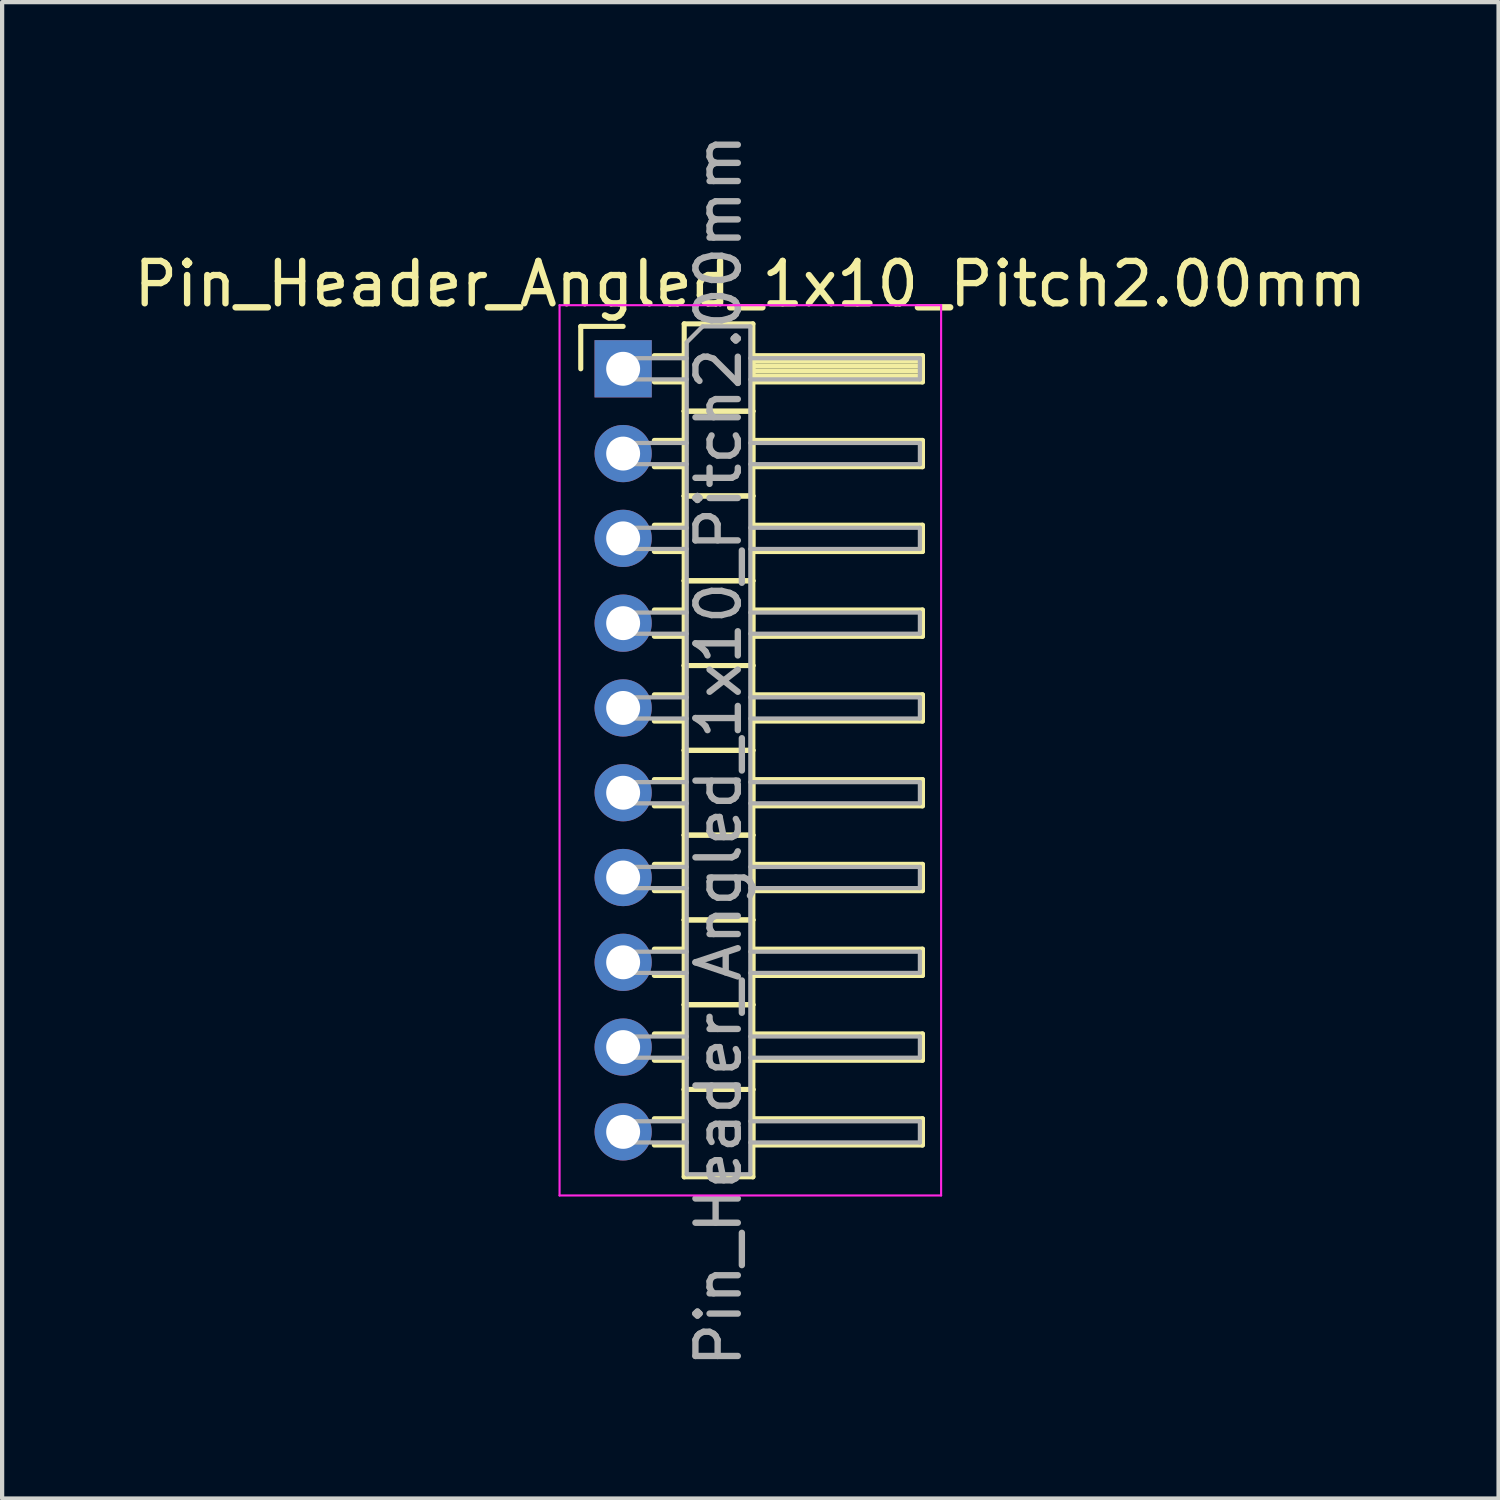
<source format=kicad_pcb>
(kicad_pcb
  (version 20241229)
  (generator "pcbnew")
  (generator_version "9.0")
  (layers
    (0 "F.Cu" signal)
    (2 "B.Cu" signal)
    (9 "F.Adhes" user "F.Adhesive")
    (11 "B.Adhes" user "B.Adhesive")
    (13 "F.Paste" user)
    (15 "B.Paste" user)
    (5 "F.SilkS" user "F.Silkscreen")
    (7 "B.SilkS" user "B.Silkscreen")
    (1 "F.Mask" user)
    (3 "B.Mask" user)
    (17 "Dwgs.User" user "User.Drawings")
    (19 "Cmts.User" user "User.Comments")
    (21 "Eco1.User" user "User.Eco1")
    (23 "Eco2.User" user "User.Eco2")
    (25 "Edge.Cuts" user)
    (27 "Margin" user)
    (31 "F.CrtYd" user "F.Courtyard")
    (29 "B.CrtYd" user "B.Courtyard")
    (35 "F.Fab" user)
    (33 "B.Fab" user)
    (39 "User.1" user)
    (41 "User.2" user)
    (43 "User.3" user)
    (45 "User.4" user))
  (footprint "Pin_Header_Angled_1x10_Pitch2.00mm"
    (layer "F.Cu")
    (at 11.649 5.649)
    (property "Reference" "Pin_Header_Angled_1x10_Pitch2.00mm" (at 3 -2 0) (layer "F.SilkS") (effects (font (size 1 1) (thickness 0.15))))
    (attr through_hole)
    (fp_line (start -1 -1) (end 0 -1) (stroke (width 0.12) (type solid)) (layer "F.SilkS"))
    (fp_line (start -1 0) (end -1 -1) (stroke (width 0.12) (type solid)) (layer "F.SilkS"))
    (fp_line (start 0.735 -0.31) (end 1.44 -0.31) (stroke (width 0.12) (type solid)) (layer "F.SilkS"))
    (fp_line (start 0.735 0.31) (end 1.44 0.31) (stroke (width 0.12) (type solid)) (layer "F.SilkS"))
    (fp_line (start 0.735 1.69) (end 1.44 1.69) (stroke (width 0.12) (type solid)) (layer "F.SilkS"))
    (fp_line (start 0.735 2.31) (end 1.44 2.31) (stroke (width 0.12) (type solid)) (layer "F.SilkS"))
    (fp_line (start 0.735 3.69) (end 1.44 3.69) (stroke (width 0.12) (type solid)) (layer "F.SilkS"))
    (fp_line (start 0.735 4.31) (end 1.44 4.31) (stroke (width 0.12) (type solid)) (layer "F.SilkS"))
    (fp_line (start 0.735 5.69) (end 1.44 5.69) (stroke (width 0.12) (type solid)) (layer "F.SilkS"))
    (fp_line (start 0.735 6.31) (end 1.44 6.31) (stroke (width 0.12) (type solid)) (layer "F.SilkS"))
    (fp_line (start 0.735 7.69) (end 1.44 7.69) (stroke (width 0.12) (type solid)) (layer "F.SilkS"))
    (fp_line (start 0.735 8.31) (end 1.44 8.31) (stroke (width 0.12) (type solid)) (layer "F.SilkS"))
    (fp_line (start 0.735 9.69) (end 1.44 9.69) (stroke (width 0.12) (type solid)) (layer "F.SilkS"))
    (fp_line (start 0.735 10.31) (end 1.44 10.31) (stroke (width 0.12) (type solid)) (layer "F.SilkS"))
    (fp_line (start 0.735 11.69) (end 1.44 11.69) (stroke (width 0.12) (type solid)) (layer "F.SilkS"))
    (fp_line (start 0.735 12.31) (end 1.44 12.31) (stroke (width 0.12) (type solid)) (layer "F.SilkS"))
    (fp_line (start 0.735 13.69) (end 1.44 13.69) (stroke (width 0.12) (type solid)) (layer "F.SilkS"))
    (fp_line (start 0.735 14.31) (end 1.44 14.31) (stroke (width 0.12) (type solid)) (layer "F.SilkS"))
    (fp_line (start 0.735 15.69) (end 1.44 15.69) (stroke (width 0.12) (type solid)) (layer "F.SilkS"))
    (fp_line (start 0.735 16.31) (end 1.44 16.31) (stroke (width 0.12) (type solid)) (layer "F.SilkS"))
    (fp_line (start 0.735 17.69) (end 1.44 17.69) (stroke (width 0.12) (type solid)) (layer "F.SilkS"))
    (fp_line (start 0.735 18.31) (end 1.44 18.31) (stroke (width 0.12) (type solid)) (layer "F.SilkS"))
    (fp_line (start 1.44 -1.06) (end 1.44 1) (stroke (width 0.12) (type solid)) (layer "F.SilkS"))
    (fp_line (start 1.44 1) (end 1.44 3) (stroke (width 0.12) (type solid)) (layer "F.SilkS"))
    (fp_line (start 1.44 1) (end 3.06 1) (stroke (width 0.12) (type solid)) (layer "F.SilkS"))
    (fp_line (start 1.44 3) (end 1.44 5) (stroke (width 0.12) (type solid)) (layer "F.SilkS"))
    (fp_line (start 1.44 3) (end 3.06 3) (stroke (width 0.12) (type solid)) (layer "F.SilkS"))
    (fp_line (start 1.44 5) (end 1.44 7) (stroke (width 0.12) (type solid)) (layer "F.SilkS"))
    (fp_line (start 1.44 5) (end 3.06 5) (stroke (width 0.12) (type solid)) (layer "F.SilkS"))
    (fp_line (start 1.44 7) (end 1.44 9) (stroke (width 0.12) (type solid)) (layer "F.SilkS"))
    (fp_line (start 1.44 7) (end 3.06 7) (stroke (width 0.12) (type solid)) (layer "F.SilkS"))
    (fp_line (start 1.44 9) (end 1.44 11) (stroke (width 0.12) (type solid)) (layer "F.SilkS"))
    (fp_line (start 1.44 9) (end 3.06 9) (stroke (width 0.12) (type solid)) (layer "F.SilkS"))
    (fp_line (start 1.44 11) (end 1.44 13) (stroke (width 0.12) (type solid)) (layer "F.SilkS"))
    (fp_line (start 1.44 11) (end 3.06 11) (stroke (width 0.12) (type solid)) (layer "F.SilkS"))
    (fp_line (start 1.44 13) (end 1.44 15) (stroke (width 0.12) (type solid)) (layer "F.SilkS"))
    (fp_line (start 1.44 13) (end 3.06 13) (stroke (width 0.12) (type solid)) (layer "F.SilkS"))
    (fp_line (start 1.44 15) (end 1.44 17) (stroke (width 0.12) (type solid)) (layer "F.SilkS"))
    (fp_line (start 1.44 15) (end 3.06 15) (stroke (width 0.12) (type solid)) (layer "F.SilkS"))
    (fp_line (start 1.44 17) (end 1.44 19.06) (stroke (width 0.12) (type solid)) (layer "F.SilkS"))
    (fp_line (start 1.44 17) (end 3.06 17) (stroke (width 0.12) (type solid)) (layer "F.SilkS"))
    (fp_line (start 1.44 19.06) (end 3.06 19.06) (stroke (width 0.12) (type solid)) (layer "F.SilkS"))
    (fp_line (start 3.06 -1.06) (end 1.44 -1.06) (stroke (width 0.12) (type solid)) (layer "F.SilkS"))
    (fp_line (start 3.06 -0.31) (end 3.06 0.31) (stroke (width 0.12) (type solid)) (layer "F.SilkS"))
    (fp_line (start 3.06 -0.19) (end 7.06 -0.19) (stroke (width 0.12) (type solid)) (layer "F.SilkS"))
    (fp_line (start 3.06 -0.07) (end 7.06 -0.07) (stroke (width 0.12) (type solid)) (layer "F.SilkS"))
    (fp_line (start 3.06 0.05) (end 7.06 0.05) (stroke (width 0.12) (type solid)) (layer "F.SilkS"))
    (fp_line (start 3.06 0.17) (end 7.06 0.17) (stroke (width 0.12) (type solid)) (layer "F.SilkS"))
    (fp_line (start 3.06 0.29) (end 7.06 0.29) (stroke (width 0.12) (type solid)) (layer "F.SilkS"))
    (fp_line (start 3.06 0.31) (end 7.06 0.31) (stroke (width 0.12) (type solid)) (layer "F.SilkS"))
    (fp_line (start 3.06 1) (end 1.44 1) (stroke (width 0.12) (type solid)) (layer "F.SilkS"))
    (fp_line (start 3.06 1) (end 3.06 -1.06) (stroke (width 0.12) (type solid)) (layer "F.SilkS"))
    (fp_line (start 3.06 1.69) (end 3.06 2.31) (stroke (width 0.12) (type solid)) (layer "F.SilkS"))
    (fp_line (start 3.06 2.31) (end 7.06 2.31) (stroke (width 0.12) (type solid)) (layer "F.SilkS"))
    (fp_line (start 3.06 3) (end 1.44 3) (stroke (width 0.12) (type solid)) (layer "F.SilkS"))
    (fp_line (start 3.06 3) (end 3.06 1) (stroke (width 0.12) (type solid)) (layer "F.SilkS"))
    (fp_line (start 3.06 3.69) (end 3.06 4.31) (stroke (width 0.12) (type solid)) (layer "F.SilkS"))
    (fp_line (start 3.06 4.31) (end 7.06 4.31) (stroke (width 0.12) (type solid)) (layer "F.SilkS"))
    (fp_line (start 3.06 5) (end 1.44 5) (stroke (width 0.12) (type solid)) (layer "F.SilkS"))
    (fp_line (start 3.06 5) (end 3.06 3) (stroke (width 0.12) (type solid)) (layer "F.SilkS"))
    (fp_line (start 3.06 5.69) (end 3.06 6.31) (stroke (width 0.12) (type solid)) (layer "F.SilkS"))
    (fp_line (start 3.06 6.31) (end 7.06 6.31) (stroke (width 0.12) (type solid)) (layer "F.SilkS"))
    (fp_line (start 3.06 7) (end 1.44 7) (stroke (width 0.12) (type solid)) (layer "F.SilkS"))
    (fp_line (start 3.06 7) (end 3.06 5) (stroke (width 0.12) (type solid)) (layer "F.SilkS"))
    (fp_line (start 3.06 7.69) (end 3.06 8.31) (stroke (width 0.12) (type solid)) (layer "F.SilkS"))
    (fp_line (start 3.06 8.31) (end 7.06 8.31) (stroke (width 0.12) (type solid)) (layer "F.SilkS"))
    (fp_line (start 3.06 9) (end 1.44 9) (stroke (width 0.12) (type solid)) (layer "F.SilkS"))
    (fp_line (start 3.06 9) (end 3.06 7) (stroke (width 0.12) (type solid)) (layer "F.SilkS"))
    (fp_line (start 3.06 9.69) (end 3.06 10.31) (stroke (width 0.12) (type solid)) (layer "F.SilkS"))
    (fp_line (start 3.06 10.31) (end 7.06 10.31) (stroke (width 0.12) (type solid)) (layer "F.SilkS"))
    (fp_line (start 3.06 11) (end 1.44 11) (stroke (width 0.12) (type solid)) (layer "F.SilkS"))
    (fp_line (start 3.06 11) (end 3.06 9) (stroke (width 0.12) (type solid)) (layer "F.SilkS"))
    (fp_line (start 3.06 11.69) (end 3.06 12.31) (stroke (width 0.12) (type solid)) (layer "F.SilkS"))
    (fp_line (start 3.06 12.31) (end 7.06 12.31) (stroke (width 0.12) (type solid)) (layer "F.SilkS"))
    (fp_line (start 3.06 13) (end 1.44 13) (stroke (width 0.12) (type solid)) (layer "F.SilkS"))
    (fp_line (start 3.06 13) (end 3.06 11) (stroke (width 0.12) (type solid)) (layer "F.SilkS"))
    (fp_line (start 3.06 13.69) (end 3.06 14.31) (stroke (width 0.12) (type solid)) (layer "F.SilkS"))
    (fp_line (start 3.06 14.31) (end 7.06 14.31) (stroke (width 0.12) (type solid)) (layer "F.SilkS"))
    (fp_line (start 3.06 15) (end 1.44 15) (stroke (width 0.12) (type solid)) (layer "F.SilkS"))
    (fp_line (start 3.06 15) (end 3.06 13) (stroke (width 0.12) (type solid)) (layer "F.SilkS"))
    (fp_line (start 3.06 15.69) (end 3.06 16.31) (stroke (width 0.12) (type solid)) (layer "F.SilkS"))
    (fp_line (start 3.06 16.31) (end 7.06 16.31) (stroke (width 0.12) (type solid)) (layer "F.SilkS"))
    (fp_line (start 3.06 17) (end 1.44 17) (stroke (width 0.12) (type solid)) (layer "F.SilkS"))
    (fp_line (start 3.06 17) (end 3.06 15) (stroke (width 0.12) (type solid)) (layer "F.SilkS"))
    (fp_line (start 3.06 17.69) (end 3.06 18.31) (stroke (width 0.12) (type solid)) (layer "F.SilkS"))
    (fp_line (start 3.06 18.31) (end 7.06 18.31) (stroke (width 0.12) (type solid)) (layer "F.SilkS"))
    (fp_line (start 3.06 19.06) (end 3.06 17) (stroke (width 0.12) (type solid)) (layer "F.SilkS"))
    (fp_line (start 7.06 -0.31) (end 3.06 -0.31) (stroke (width 0.12) (type solid)) (layer "F.SilkS"))
    (fp_line (start 7.06 0.31) (end 7.06 -0.31) (stroke (width 0.12) (type solid)) (layer "F.SilkS"))
    (fp_line (start 7.06 1.69) (end 3.06 1.69) (stroke (width 0.12) (type solid)) (layer "F.SilkS"))
    (fp_line (start 7.06 2.31) (end 7.06 1.69) (stroke (width 0.12) (type solid)) (layer "F.SilkS"))
    (fp_line (start 7.06 3.69) (end 3.06 3.69) (stroke (width 0.12) (type solid)) (layer "F.SilkS"))
    (fp_line (start 7.06 4.31) (end 7.06 3.69) (stroke (width 0.12) (type solid)) (layer "F.SilkS"))
    (fp_line (start 7.06 5.69) (end 3.06 5.69) (stroke (width 0.12) (type solid)) (layer "F.SilkS"))
    (fp_line (start 7.06 6.31) (end 7.06 5.69) (stroke (width 0.12) (type solid)) (layer "F.SilkS"))
    (fp_line (start 7.06 7.69) (end 3.06 7.69) (stroke (width 0.12) (type solid)) (layer "F.SilkS"))
    (fp_line (start 7.06 8.31) (end 7.06 7.69) (stroke (width 0.12) (type solid)) (layer "F.SilkS"))
    (fp_line (start 7.06 9.69) (end 3.06 9.69) (stroke (width 0.12) (type solid)) (layer "F.SilkS"))
    (fp_line (start 7.06 10.31) (end 7.06 9.69) (stroke (width 0.12) (type solid)) (layer "F.SilkS"))
    (fp_line (start 7.06 11.69) (end 3.06 11.69) (stroke (width 0.12) (type solid)) (layer "F.SilkS"))
    (fp_line (start 7.06 12.31) (end 7.06 11.69) (stroke (width 0.12) (type solid)) (layer "F.SilkS"))
    (fp_line (start 7.06 13.69) (end 3.06 13.69) (stroke (width 0.12) (type solid)) (layer "F.SilkS"))
    (fp_line (start 7.06 14.31) (end 7.06 13.69) (stroke (width 0.12) (type solid)) (layer "F.SilkS"))
    (fp_line (start 7.06 15.69) (end 3.06 15.69) (stroke (width 0.12) (type solid)) (layer "F.SilkS"))
    (fp_line (start 7.06 16.31) (end 7.06 15.69) (stroke (width 0.12) (type solid)) (layer "F.SilkS"))
    (fp_line (start 7.06 17.69) (end 3.06 17.69) (stroke (width 0.12) (type solid)) (layer "F.SilkS"))
    (fp_line (start 7.06 18.31) (end 7.06 17.69) (stroke (width 0.12) (type solid)) (layer "F.SilkS"))
    (fp_line (start -1.5 -1.5) (end -1.5 19.5) (stroke (width 0.05) (type solid)) (layer "F.CrtYd"))
    (fp_line (start -1.5 19.5) (end 7.5 19.5) (stroke (width 0.05) (type solid)) (layer "F.CrtYd"))
    (fp_line (start 7.5 -1.5) (end -1.5 -1.5) (stroke (width 0.05) (type solid)) (layer "F.CrtYd"))
    (fp_line (start 7.5 19.5) (end 7.5 -1.5) (stroke (width 0.05) (type solid)) (layer "F.CrtYd"))
    (fp_line (start -0.25 -0.25) (end -0.25 0.25) (stroke (width 0.1) (type solid)) (layer "F.Fab"))
    (fp_line (start -0.25 -0.25) (end 1.5 -0.25) (stroke (width 0.1) (type solid)) (layer "F.Fab"))
    (fp_line (start -0.25 0.25) (end 1.5 0.25) (stroke (width 0.1) (type solid)) (layer "F.Fab"))
    (fp_line (start -0.25 1.75) (end -0.25 2.25) (stroke (width 0.1) (type solid)) (layer "F.Fab"))
    (fp_line (start -0.25 1.75) (end 1.5 1.75) (stroke (width 0.1) (type solid)) (layer "F.Fab"))
    (fp_line (start -0.25 2.25) (end 1.5 2.25) (stroke (width 0.1) (type solid)) (layer "F.Fab"))
    (fp_line (start -0.25 3.75) (end -0.25 4.25) (stroke (width 0.1) (type solid)) (layer "F.Fab"))
    (fp_line (start -0.25 3.75) (end 1.5 3.75) (stroke (width 0.1) (type solid)) (layer "F.Fab"))
    (fp_line (start -0.25 4.25) (end 1.5 4.25) (stroke (width 0.1) (type solid)) (layer "F.Fab"))
    (fp_line (start -0.25 5.75) (end -0.25 6.25) (stroke (width 0.1) (type solid)) (layer "F.Fab"))
    (fp_line (start -0.25 5.75) (end 1.5 5.75) (stroke (width 0.1) (type solid)) (layer "F.Fab"))
    (fp_line (start -0.25 6.25) (end 1.5 6.25) (stroke (width 0.1) (type solid)) (layer "F.Fab"))
    (fp_line (start -0.25 7.75) (end -0.25 8.25) (stroke (width 0.1) (type solid)) (layer "F.Fab"))
    (fp_line (start -0.25 7.75) (end 1.5 7.75) (stroke (width 0.1) (type solid)) (layer "F.Fab"))
    (fp_line (start -0.25 8.25) (end 1.5 8.25) (stroke (width 0.1) (type solid)) (layer "F.Fab"))
    (fp_line (start -0.25 9.75) (end -0.25 10.25) (stroke (width 0.1) (type solid)) (layer "F.Fab"))
    (fp_line (start -0.25 9.75) (end 1.5 9.75) (stroke (width 0.1) (type solid)) (layer "F.Fab"))
    (fp_line (start -0.25 10.25) (end 1.5 10.25) (stroke (width 0.1) (type solid)) (layer "F.Fab"))
    (fp_line (start -0.25 11.75) (end -0.25 12.25) (stroke (width 0.1) (type solid)) (layer "F.Fab"))
    (fp_line (start -0.25 11.75) (end 1.5 11.75) (stroke (width 0.1) (type solid)) (layer "F.Fab"))
    (fp_line (start -0.25 12.25) (end 1.5 12.25) (stroke (width 0.1) (type solid)) (layer "F.Fab"))
    (fp_line (start -0.25 13.75) (end -0.25 14.25) (stroke (width 0.1) (type solid)) (layer "F.Fab"))
    (fp_line (start -0.25 13.75) (end 1.5 13.75) (stroke (width 0.1) (type solid)) (layer "F.Fab"))
    (fp_line (start -0.25 14.25) (end 1.5 14.25) (stroke (width 0.1) (type solid)) (layer "F.Fab"))
    (fp_line (start -0.25 15.75) (end -0.25 16.25) (stroke (width 0.1) (type solid)) (layer "F.Fab"))
    (fp_line (start -0.25 15.75) (end 1.5 15.75) (stroke (width 0.1) (type solid)) (layer "F.Fab"))
    (fp_line (start -0.25 16.25) (end 1.5 16.25) (stroke (width 0.1) (type solid)) (layer "F.Fab"))
    (fp_line (start -0.25 17.75) (end -0.25 18.25) (stroke (width 0.1) (type solid)) (layer "F.Fab"))
    (fp_line (start -0.25 17.75) (end 1.5 17.75) (stroke (width 0.1) (type solid)) (layer "F.Fab"))
    (fp_line (start -0.25 18.25) (end 1.5 18.25) (stroke (width 0.1) (type solid)) (layer "F.Fab"))
    (fp_line (start 1.5 -0.625) (end 1.875 -1) (stroke (width 0.1) (type solid)) (layer "F.Fab"))
    (fp_line (start 1.5 19) (end 1.5 -0.625) (stroke (width 0.1) (type solid)) (layer "F.Fab"))
    (fp_line (start 1.875 -1) (end 3 -1) (stroke (width 0.1) (type solid)) (layer "F.Fab"))
    (fp_line (start 3 -1) (end 3 19) (stroke (width 0.1) (type solid)) (layer "F.Fab"))
    (fp_line (start 3 -0.25) (end 7 -0.25) (stroke (width 0.1) (type solid)) (layer "F.Fab"))
    (fp_line (start 3 0.25) (end 7 0.25) (stroke (width 0.1) (type solid)) (layer "F.Fab"))
    (fp_line (start 3 1.75) (end 7 1.75) (stroke (width 0.1) (type solid)) (layer "F.Fab"))
    (fp_line (start 3 2.25) (end 7 2.25) (stroke (width 0.1) (type solid)) (layer "F.Fab"))
    (fp_line (start 3 3.75) (end 7 3.75) (stroke (width 0.1) (type solid)) (layer "F.Fab"))
    (fp_line (start 3 4.25) (end 7 4.25) (stroke (width 0.1) (type solid)) (layer "F.Fab"))
    (fp_line (start 3 5.75) (end 7 5.75) (stroke (width 0.1) (type solid)) (layer "F.Fab"))
    (fp_line (start 3 6.25) (end 7 6.25) (stroke (width 0.1) (type solid)) (layer "F.Fab"))
    (fp_line (start 3 7.75) (end 7 7.75) (stroke (width 0.1) (type solid)) (layer "F.Fab"))
    (fp_line (start 3 8.25) (end 7 8.25) (stroke (width 0.1) (type solid)) (layer "F.Fab"))
    (fp_line (start 3 9.75) (end 7 9.75) (stroke (width 0.1) (type solid)) (layer "F.Fab"))
    (fp_line (start 3 10.25) (end 7 10.25) (stroke (width 0.1) (type solid)) (layer "F.Fab"))
    (fp_line (start 3 11.75) (end 7 11.75) (stroke (width 0.1) (type solid)) (layer "F.Fab"))
    (fp_line (start 3 12.25) (end 7 12.25) (stroke (width 0.1) (type solid)) (layer "F.Fab"))
    (fp_line (start 3 13.75) (end 7 13.75) (stroke (width 0.1) (type solid)) (layer "F.Fab"))
    (fp_line (start 3 14.25) (end 7 14.25) (stroke (width 0.1) (type solid)) (layer "F.Fab"))
    (fp_line (start 3 15.75) (end 7 15.75) (stroke (width 0.1) (type solid)) (layer "F.Fab"))
    (fp_line (start 3 16.25) (end 7 16.25) (stroke (width 0.1) (type solid)) (layer "F.Fab"))
    (fp_line (start 3 17.75) (end 7 17.75) (stroke (width 0.1) (type solid)) (layer "F.Fab"))
    (fp_line (start 3 18.25) (end 7 18.25) (stroke (width 0.1) (type solid)) (layer "F.Fab"))
    (fp_line (start 3 19) (end 1.5 19) (stroke (width 0.1) (type solid)) (layer "F.Fab"))
    (fp_line (start 7 -0.25) (end 7 0.25) (stroke (width 0.1) (type solid)) (layer "F.Fab"))
    (fp_line (start 7 1.75) (end 7 2.25) (stroke (width 0.1) (type solid)) (layer "F.Fab"))
    (fp_line (start 7 3.75) (end 7 4.25) (stroke (width 0.1) (type solid)) (layer "F.Fab"))
    (fp_line (start 7 5.75) (end 7 6.25) (stroke (width 0.1) (type solid)) (layer "F.Fab"))
    (fp_line (start 7 7.75) (end 7 8.25) (stroke (width 0.1) (type solid)) (layer "F.Fab"))
    (fp_line (start 7 9.75) (end 7 10.25) (stroke (width 0.1) (type solid)) (layer "F.Fab"))
    (fp_line (start 7 11.75) (end 7 12.25) (stroke (width 0.1) (type solid)) (layer "F.Fab"))
    (fp_line (start 7 13.75) (end 7 14.25) (stroke (width 0.1) (type solid)) (layer "F.Fab"))
    (fp_line (start 7 15.75) (end 7 16.25) (stroke (width 0.1) (type solid)) (layer "F.Fab"))
    (fp_line (start 7 17.75) (end 7 18.25) (stroke (width 0.1) (type solid)) (layer "F.Fab"))
    (fp_text user "${REFERENCE}" (at 2.25 9 90) (layer "F.Fab") (effects (font (size 1 1) (thickness 0.15))))
    (pad "1" thru_hole rect (at 0 0) (size 1.35 1.35) (drill 0.8) (layers "*.Cu" "*.Mask"))
    (pad "2" thru_hole oval (at 0 2) (size 1.35 1.35) (drill 0.8) (layers "*.Cu" "*.Mask"))
    (pad "3" thru_hole oval (at 0 4) (size 1.35 1.35) (drill 0.8) (layers "*.Cu" "*.Mask"))
    (pad "4" thru_hole oval (at 0 6) (size 1.35 1.35) (drill 0.8) (layers "*.Cu" "*.Mask"))
    (pad "5" thru_hole oval (at 0 8) (size 1.35 1.35) (drill 0.8) (layers "*.Cu" "*.Mask"))
    (pad "6" thru_hole oval (at 0 10) (size 1.35 1.35) (drill 0.8) (layers "*.Cu" "*.Mask"))
    (pad "7" thru_hole oval (at 0 12) (size 1.35 1.35) (drill 0.8) (layers "*.Cu" "*.Mask"))
    (pad "8" thru_hole oval (at 0 14) (size 1.35 1.35) (drill 0.8) (layers "*.Cu" "*.Mask"))
    (pad "9" thru_hole oval (at 0 16) (size 1.35 1.35) (drill 0.8) (layers "*.Cu" "*.Mask"))
    (pad "10" thru_hole oval (at 0 18) (size 1.35 1.35) (drill 0.8) (layers "*.Cu" "*.Mask")))
  (gr_rect
    (start -3 -3)
    (end 32.298 32.298)
    (stroke (width 0.1) (type default))
    (fill no)
    (layer "Edge.Cuts")))
</source>
